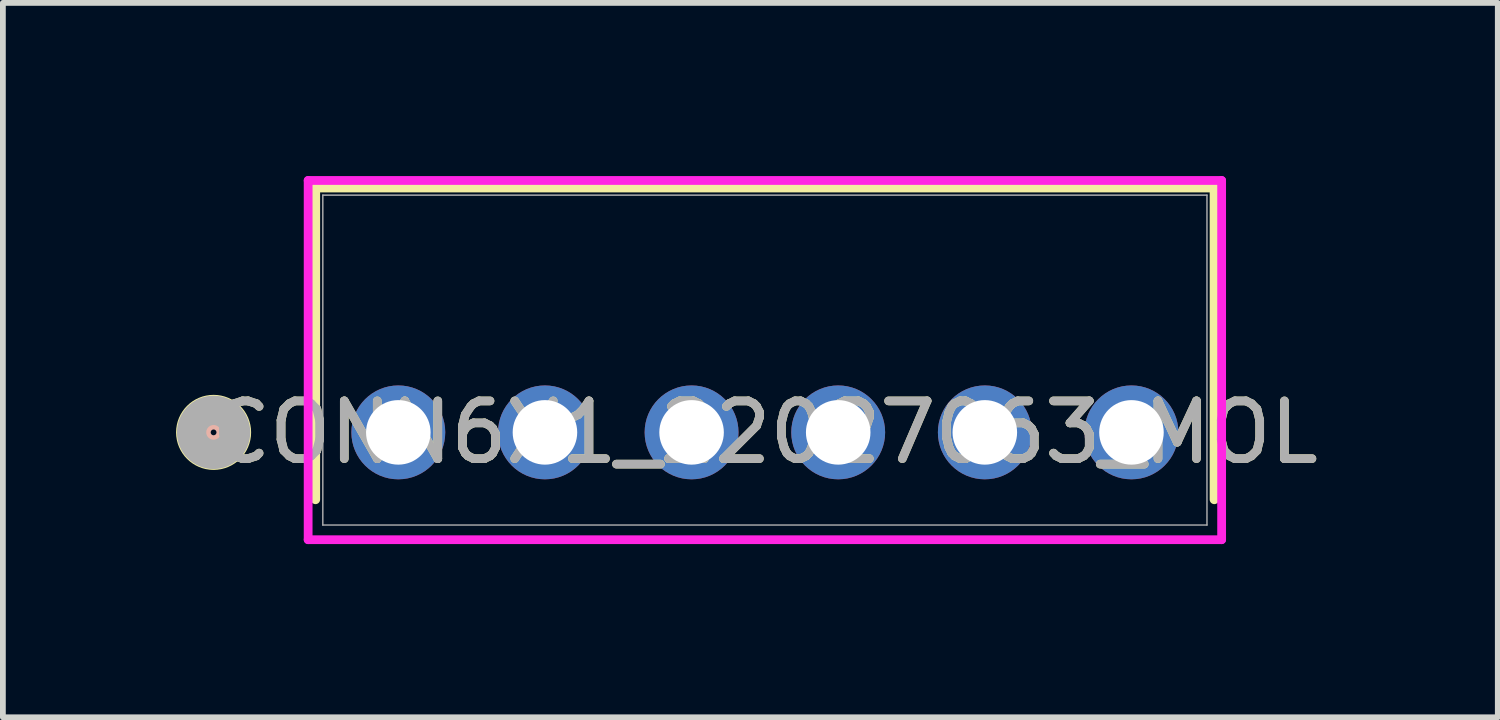
<source format=kicad_pcb>
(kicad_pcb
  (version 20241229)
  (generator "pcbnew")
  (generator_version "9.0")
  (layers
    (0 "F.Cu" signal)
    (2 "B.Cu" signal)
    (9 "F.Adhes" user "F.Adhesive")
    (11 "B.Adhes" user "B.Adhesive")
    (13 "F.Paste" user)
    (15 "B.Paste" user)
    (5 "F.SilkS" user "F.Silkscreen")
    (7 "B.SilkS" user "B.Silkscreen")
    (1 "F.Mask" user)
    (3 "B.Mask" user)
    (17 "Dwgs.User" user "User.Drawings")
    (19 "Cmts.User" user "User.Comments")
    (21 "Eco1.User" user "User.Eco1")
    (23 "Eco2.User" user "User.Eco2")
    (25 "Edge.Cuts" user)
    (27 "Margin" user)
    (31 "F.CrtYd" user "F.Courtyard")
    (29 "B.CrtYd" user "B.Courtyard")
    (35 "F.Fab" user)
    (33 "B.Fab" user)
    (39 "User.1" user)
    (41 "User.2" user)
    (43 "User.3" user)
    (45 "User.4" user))
  (footprint "CONN6X1_22027063_MOL"
    (layer "F.Cu")
    (at 3.85 4.44)
    (property "Reference" "CONN6X1_22027063_MOL" (at 6.35 0 0) (unlocked yes) (layer "F.SilkS") (effects (font (size 1 1) (thickness 0.15))))
    (attr through_hole)
    (fp_line (start -1.435 1.163) (end -1.435 -4.237) (stroke (width 0.16) (type solid)) (layer "F.SilkS"))
    (fp_line (start 14.135 -4.237) (end -1.435 -4.237) (stroke (width 0.16) (type solid)) (layer "F.SilkS"))
    (fp_line (start 14.135 1.163) (end 14.135 -4.237) (stroke (width 0.16) (type solid)) (layer "F.SilkS"))
    (fp_circle (center -3.2 0) (end -2.8 0) (stroke (width 0.5) (type solid)) (fill no) (layer "F.SilkS"))
    (fp_circle (center -3.2 0) (end -3 0) (stroke (width 0.3) (type solid)) (fill no) (layer "B.SilkS"))
    (fp_line (start -1.562 -4.364) (end -1.562 1.859) (stroke (width 0.152) (type solid)) (layer "F.CrtYd"))
    (fp_line (start -1.562 1.859) (end 14.262 1.859) (stroke (width 0.152) (type solid)) (layer "F.CrtYd"))
    (fp_line (start 14.262 -4.364) (end -1.562 -4.364) (stroke (width 0.152) (type solid)) (layer "F.CrtYd"))
    (fp_line (start 14.262 1.859) (end 14.262 -4.364) (stroke (width 0.152) (type solid)) (layer "F.CrtYd"))
    (fp_line (start -1.308 -4.11) (end -1.308 1.605) (stroke (width 0.025) (type solid)) (layer "F.Fab"))
    (fp_line (start -1.308 1.605) (end 14.008 1.605) (stroke (width 0.025) (type solid)) (layer "F.Fab"))
    (fp_line (start 14.008 -4.11) (end -1.308 -4.11) (stroke (width 0.025) (type solid)) (layer "F.Fab"))
    (fp_line (start 14.008 1.605) (end 14.008 -4.11) (stroke (width 0.025) (type solid)) (layer "F.Fab"))
    (fp_circle (center -3.2 0) (end -2.819 0) (stroke (width 0.508) (type solid)) (fill no) (layer "F.Fab"))
    (fp_text user "${REFERENCE}" (at 6.35 0 0) (unlocked yes) (layer "F.Fab") (effects (font (size 1 1) (thickness 0.15))))
    (pad "1" thru_hole circle (at 0 0) (size 1.626 1.626) (drill 1.118) (layers "*.Cu" "*.Mask"))
    (pad "2" thru_hole circle (at 2.54 0) (size 1.626 1.626) (drill 1.118) (layers "*.Cu" "*.Mask"))
    (pad "3" thru_hole circle (at 5.08 0) (size 1.626 1.626) (drill 1.118) (layers "*.Cu" "*.Mask"))
    (pad "4" thru_hole circle (at 7.62 0) (size 1.626 1.626) (drill 1.118) (layers "*.Cu" "*.Mask"))
    (pad "5" thru_hole circle (at 10.16 0) (size 1.626 1.626) (drill 1.118) (layers "*.Cu" "*.Mask"))
    (pad "6" thru_hole circle (at 12.7 0) (size 1.626 1.626) (drill 1.118) (layers "*.Cu" "*.Mask")))
  (gr_rect
    (start -3 -3)
    (end 22.896 9.375)
    (stroke (width 0.1) (type default))
    (fill no)
    (layer "Edge.Cuts")))
</source>
